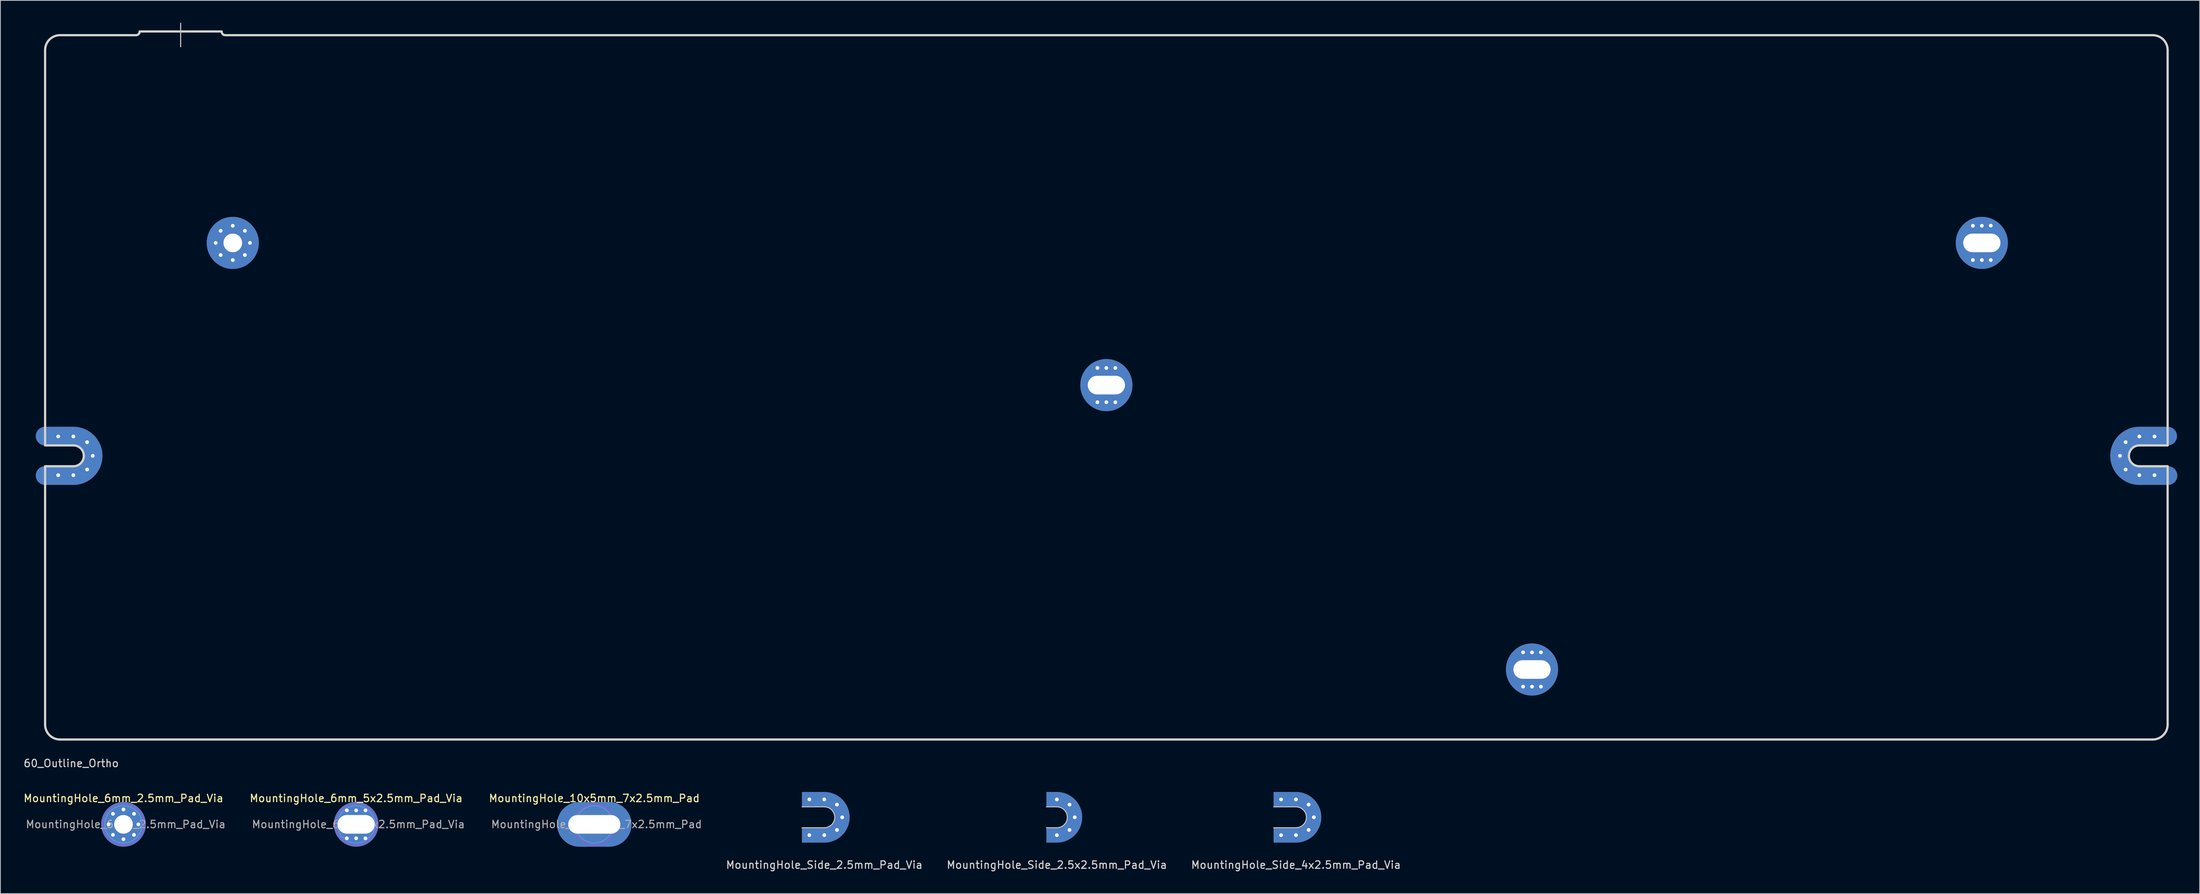
<source format=kicad_pcb>
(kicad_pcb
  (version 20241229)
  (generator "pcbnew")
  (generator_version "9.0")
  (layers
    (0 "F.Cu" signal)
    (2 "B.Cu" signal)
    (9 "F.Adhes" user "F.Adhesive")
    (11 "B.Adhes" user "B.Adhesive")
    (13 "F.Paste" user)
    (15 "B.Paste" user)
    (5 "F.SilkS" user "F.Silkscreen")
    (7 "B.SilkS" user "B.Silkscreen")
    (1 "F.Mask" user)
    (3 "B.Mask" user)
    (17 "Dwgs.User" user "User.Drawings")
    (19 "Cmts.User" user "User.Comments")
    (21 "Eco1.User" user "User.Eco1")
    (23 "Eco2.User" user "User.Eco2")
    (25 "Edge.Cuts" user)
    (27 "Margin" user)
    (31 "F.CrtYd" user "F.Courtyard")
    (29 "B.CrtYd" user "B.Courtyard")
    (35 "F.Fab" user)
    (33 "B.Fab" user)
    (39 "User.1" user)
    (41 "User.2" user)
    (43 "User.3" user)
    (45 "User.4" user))
  (footprint "MountingHole_6mm_2.5mm_Pad_Via"
    (layer "F.Cu")
    (at 13.53 107.671)
    (property "Reference" "MountingHole_6mm_2.5mm_Pad_Via" (at 0 -3.5 0) (layer "F.SilkS") (effects (font (size 1 1) (thickness 0.15))))
    (attr exclude_from_pos_files exclude_from_bom)
    (fp_circle (center 0 0) (end 2.5 0) (stroke (width 0.15) (type solid)) (fill no) (layer "Cmts.User"))
    (fp_circle (center 0 0) (end 2.75 0) (stroke (width 0.05) (type solid)) (fill no) (layer "F.CrtYd"))
    (fp_text user "${REFERENCE}" (at 0.3 0 0) (layer "F.Fab") (effects (font (size 1 1) (thickness 0.15))))
    (pad "1" thru_hole circle (at -2 0) (size 0.8 0.8) (drill 0.5) (layers "*.Cu" "*.Mask"))
    (pad "1" thru_hole circle (at -1.414 -1.414) (size 0.8 0.8) (drill 0.5) (layers "*.Cu" "*.Mask"))
    (pad "1" thru_hole circle (at -1.414 1.414) (size 0.8 0.8) (drill 0.5) (layers "*.Cu" "*.Mask"))
    (pad "1" thru_hole circle (at 0 -2) (size 0.8 0.8) (drill 0.5) (layers "*.Cu" "*.Mask"))
    (pad "1" thru_hole circle (at 0 0) (size 6 6) (drill 2.5) (layers "*.Cu" "*.Mask"))
    (pad "1" thru_hole circle (at 0 2) (size 0.8 0.8) (drill 0.5) (layers "*.Cu" "*.Mask"))
    (pad "1" thru_hole circle (at 1.414 -1.414) (size 0.8 0.8) (drill 0.5) (layers "*.Cu" "*.Mask"))
    (pad "1" thru_hole circle (at 1.414 1.414) (size 0.8 0.8) (drill 0.5) (layers "*.Cu" "*.Mask"))
    (pad "1" thru_hole circle (at 2 0) (size 0.8 0.8) (drill 0.5) (layers "*.Cu" "*.Mask")))
  (footprint "MountingHole_10x5mm_7x2.5mm_Pad"
    (layer "F.Cu")
    (at 76.749 107.671)
    (property "Reference" "MountingHole_10x5mm_7x2.5mm_Pad" (at 0 -3.5 0) (layer "F.SilkS") (effects (font (size 1 1) (thickness 0.15))))
    (attr exclude_from_pos_files exclude_from_bom)
    (fp_circle (center 0 0) (end 2.5 0) (stroke (width 0.15) (type solid)) (fill no) (layer "Cmts.User"))
    (fp_circle (center 0 0) (end 2.75 0) (stroke (width 0.05) (type solid)) (fill no) (layer "F.CrtYd"))
    (fp_text user "${REFERENCE}" (at 0.3 0 0) (layer "F.Fab") (effects (font (size 1 1) (thickness 0.15))))
    (pad "1" thru_hole oval (at 0 0) (size 10 6) (drill oval 7 2.5) (layers "*.Cu" "*.Mask")))
  (footprint "MountingHole_Side_4x2.5mm_Pad_Via"
    (layer "F.Cu")
    (at 170.965 106.723)
    (property "Reference" "MountingHole_Side_4x2.5mm_Pad_Via" (at 0 6.4 0) (layer "Edge.Cuts") (effects (font (size 1 1) (thickness 0.15))))
    (attr through_hole)
    (fp_line (start 0 -1.4) (end -3 -1.4) (stroke (width 0.12) (type solid)) (layer "Edge.Cuts"))
    (fp_line (start 0 1.4) (end -3 1.4) (stroke (width 0.12) (type solid)) (layer "Edge.Cuts"))
    (fp_arc (start 0 -1.4) (mid 1.4 0) (end 0 1.4) (stroke (width 0.12) (type solid)) (layer "Edge.Cuts"))
    (pad "1" thru_hole circle (at -2 -2.4) (size 1 1) (drill 0.5) (layers "*.Cu" "*.Mask"))
    (pad "1" thru_hole circle (at -2 2.4) (size 1 1) (drill 0.5) (layers "*.Cu" "*.Mask"))
    (pad "1" thru_hole circle (at 0 -2.4) (size 1 1) (drill 0.5) (layers "*.Cu" "*.Mask"))
    (pad "1" thru_hole circle (at 0 2.4) (size 1 1) (drill 0.5) (layers "*.Cu" "*.Mask"))
    (pad "1" thru_hole circle (at 1.7 -1.7) (size 1 1) (drill 0.5) (layers "*.Cu" "*.Mask"))
    (pad "1" thru_hole circle (at 1.7 1.7) (size 1 1) (drill 0.5) (layers "*.Cu" "*.Mask"))
    (pad "1" thru_hole custom (at 2.4 0) (size 1 1) (drill 0.5) (layers "*.Cu" "*.Mask") (options (anchor circle)) (primitives (gr_arc (start -2.4 -2.4) (mid 0 0) (end -2.4 2.4) (width 2)) (gr_poly (pts (xy -2.4 -3.4) (xy -5.4 -3.4) (xy -5.4 -1.4) (xy -2.4 -1.4)) (width 0) (fill yes)) (gr_poly (pts (xy -2.4 1.4) (xy -5.4 1.4) (xy -5.4 3.4) (xy -2.4 3.4)) (width 0) (fill yes)))))
  (footprint "MountingHole_Side_2.5x2.5mm_Pad_Via"
    (layer "F.Cu")
    (at 138.858 106.723)
    (property "Reference" "MountingHole_Side_2.5x2.5mm_Pad_Via" (at 0 6.4 0) (layer "Edge.Cuts") (effects (font (size 1 1) (thickness 0.15))))
    (attr through_hole)
    (fp_line (start 0 -1.4) (end -1.4 -1.4) (stroke (width 0.12) (type solid)) (layer "Edge.Cuts"))
    (fp_line (start 0 1.4) (end -1.4 1.4) (stroke (width 0.12) (type solid)) (layer "Edge.Cuts"))
    (fp_arc (start 0 -1.4) (mid 1.4 0) (end 0 1.4) (stroke (width 0.12) (type solid)) (layer "Edge.Cuts"))
    (pad "1" thru_hole circle (at 0 -2.4) (size 1 1) (drill 0.5) (layers "*.Cu" "*.Mask"))
    (pad "1" thru_hole circle (at 0 2.4) (size 1 1) (drill 0.5) (layers "*.Cu" "*.Mask"))
    (pad "1" thru_hole circle (at 1.7 -1.7) (size 1 1) (drill 0.5) (layers "*.Cu" "*.Mask"))
    (pad "1" thru_hole circle (at 1.7 1.7) (size 1 1) (drill 0.5) (layers "*.Cu" "*.Mask"))
    (pad "1" thru_hole custom (at 2.4 0) (size 1 1) (drill 0.5) (layers "*.Cu" "*.Mask") (options (anchor circle)) (primitives (gr_arc (start -2.4 -2.4) (mid 0 0) (end -2.4 2.4) (width 2)) (gr_poly (pts (xy -2.4 -3.4) (xy -3.8 -3.4) (xy -3.8 -1.4) (xy -2.4 -1.4)) (width 0) (fill yes)) (gr_poly (pts (xy -2.4 1.4) (xy -3.8 1.4) (xy -3.8 3.4) (xy -2.4 3.4)) (width 0) (fill yes)))))
  (footprint "MountingHole_6mm_5x2.5mm_Pad_Via"
    (layer "F.Cu")
    (at 44.77 107.671)
    (property "Reference" "MountingHole_6mm_5x2.5mm_Pad_Via" (at 0 -3.5 0) (layer "F.SilkS") (effects (font (size 1 1) (thickness 0.15))))
    (attr exclude_from_pos_files exclude_from_bom)
    (fp_circle (center 0 0) (end 2.5 0) (stroke (width 0.15) (type solid)) (fill no) (layer "Cmts.User"))
    (fp_circle (center 0 0) (end 2.75 0) (stroke (width 0.05) (type solid)) (fill no) (layer "F.CrtYd"))
    (fp_text user "${REFERENCE}" (at 0.3 0 0) (layer "F.Fab") (effects (font (size 1 1) (thickness 0.15))))
    (pad "1" thru_hole circle (at -1.25 -1.875) (size 0.8 0.8) (drill 0.5) (layers "*.Cu" "*.Mask"))
    (pad "1" thru_hole circle (at -1.25 1.875) (size 0.8 0.8) (drill 0.5) (layers "*.Cu" "*.Mask"))
    (pad "1" thru_hole circle (at 0 -1.875) (size 0.8 0.8) (drill 0.5) (layers "*.Cu" "*.Mask"))
    (pad "1" thru_hole circle (at 0 0) (size 6 6) (drill oval 5 2.5) (layers "*.Cu" "*.Mask"))
    (pad "1" thru_hole circle (at 0 1.875) (size 0.8 0.8) (drill 0.5) (layers "*.Cu" "*.Mask"))
    (pad "1" thru_hole circle (at 1.25 -1.875) (size 0.8 0.8) (drill 0.5) (layers "*.Cu" "*.Mask"))
    (pad "1" thru_hole circle (at 1.25 1.875) (size 0.8 0.8) (drill 0.5) (layers "*.Cu" "*.Mask")))
  (footprint "60_Outline_Ortho"
    (layer "F.Cu")
    (at 145.506 48.975)
    (property "Reference" "60_Outline_Ortho" (at -139 50.5 0) (layer "Edge.Cuts") (effects (font (size 1 1) (thickness 0.15))))
    (attr through_hole)
    (fp_line (start -142.5 6.549) (end -138.7 6.549) (stroke (width 2.502) (type solid)) (layer "F.Cu"))
    (fp_line (start -142.5 11.851) (end -138.7 11.851) (stroke (width 2.502) (type solid)) (layer "F.Cu"))
    (fp_line (start 138.7 6.549) (end 142.5 6.549) (stroke (width 2.502) (type solid)) (layer "F.Cu"))
    (fp_line (start 138.7 11.851) (end 142.55 11.851) (stroke (width 2.502) (type solid)) (layer "F.Cu"))
    (fp_arc (start -138.7 6.54905) (mid -136.825495 7.325495) (end -136.04905 9.2) (stroke (width 2.5019) (type solid)) (layer "F.Cu"))
    (fp_arc (start -136.04905 9.2) (mid -136.825495 11.074505) (end -138.7 11.85095) (stroke (width 2.5019) (type solid)) (layer "F.Cu"))
    (fp_arc (start 136.04905 9.2) (mid 136.825495 7.325495) (end 138.7 6.54905) (stroke (width 2.5019) (type solid)) (layer "F.Cu"))
    (fp_arc (start 138.7 11.85095) (mid 136.825495 11.074505) (end 136.04905 9.2) (stroke (width 2.5019) (type solid)) (layer "F.Cu"))
    (fp_line (start -142.5 6.549) (end -138.7 6.549) (stroke (width 2.502) (type solid)) (layer "F.Mask"))
    (fp_line (start -142.5 11.851) (end -138.7 11.851) (stroke (width 2.502) (type solid)) (layer "F.Mask"))
    (fp_line (start 138.7 6.549) (end 142.5 6.549) (stroke (width 2.502) (type solid)) (layer "F.Mask"))
    (fp_line (start 138.7 11.851) (end 142.55 11.851) (stroke (width 2.502) (type solid)) (layer "F.Mask"))
    (fp_arc (start -138.7 6.54905) (mid -136.825495 7.325495) (end -136.04905 9.2) (stroke (width 2.5019) (type solid)) (layer "F.Mask"))
    (fp_arc (start -136.04905 9.2) (mid -136.825495 11.074505) (end -138.7 11.85095) (stroke (width 2.5019) (type solid)) (layer "F.Mask"))
    (fp_arc (start 136.04905 9.2) (mid 136.825495 7.325495) (end 138.7 6.54905) (stroke (width 2.5019) (type solid)) (layer "F.Mask"))
    (fp_arc (start 138.7 11.85095) (mid 136.825495 11.074505) (end 136.04905 9.2) (stroke (width 2.5019) (type solid)) (layer "F.Mask"))
    (fp_line (start -142.5 6.549) (end -138.7 6.549) (stroke (width 2.502) (type solid)) (layer "B.Cu"))
    (fp_line (start -142.5 11.851) (end -138.7 11.851) (stroke (width 2.502) (type solid)) (layer "B.Cu"))
    (fp_line (start 138.7 6.549) (end 142.5 6.549) (stroke (width 2.502) (type solid)) (layer "B.Cu"))
    (fp_line (start 138.7 11.851) (end 142.55 11.851) (stroke (width 2.502) (type solid)) (layer "B.Cu"))
    (fp_arc (start -138.7 6.54905) (mid -136.825495 7.325495) (end -136.04905 9.2) (stroke (width 2.5019) (type solid)) (layer "B.Cu"))
    (fp_arc (start -136.04905 9.2) (mid -136.825495 11.074505) (end -138.7 11.85095) (stroke (width 2.5019) (type solid)) (layer "B.Cu"))
    (fp_arc (start 136.04905 9.2) (mid 136.825495 7.325495) (end 138.7 6.54905) (stroke (width 2.5019) (type solid)) (layer "B.Cu"))
    (fp_arc (start 138.7 11.85095) (mid 136.825495 11.074505) (end 136.04905 9.2) (stroke (width 2.5019) (type solid)) (layer "B.Cu"))
    (fp_line (start -142.5 6.549) (end -138.7 6.549) (stroke (width 2.502) (type solid)) (layer "B.Mask"))
    (fp_line (start -142.5 11.851) (end -138.7 11.851) (stroke (width 2.502) (type solid)) (layer "B.Mask"))
    (fp_line (start 138.7 6.549) (end 142.5 6.549) (stroke (width 2.502) (type solid)) (layer "B.Mask"))
    (fp_line (start 138.7 11.851) (end 142.55 11.851) (stroke (width 2.502) (type solid)) (layer "B.Mask"))
    (fp_arc (start -138.7 6.54905) (mid -136.825495 7.325495) (end -136.04905 9.2) (stroke (width 2.5019) (type solid)) (layer "B.Mask"))
    (fp_arc (start -136.04905 9.2) (mid -136.825495 11.074505) (end -138.7 11.85095) (stroke (width 2.5019) (type solid)) (layer "B.Mask"))
    (fp_arc (start 136.04905 9.2) (mid 136.825495 7.325495) (end 138.7 6.54905) (stroke (width 2.5019) (type solid)) (layer "B.Mask"))
    (fp_arc (start 138.7 11.85095) (mid 136.825495 11.074505) (end 136.04905 9.2) (stroke (width 2.5019) (type solid)) (layer "B.Mask"))
    (fp_line (start -124.3 -48.9) (end -124.3 -45.75) (stroke (width 0.15) (type solid)) (layer "Dwgs.User"))
    (fp_line (start -142.5 7.8) (end -142.5 -45.3) (stroke (width 0.3) (type solid)) (layer "Edge.Cuts"))
    (fp_line (start -142.5 10.6) (end -138.7 10.6) (stroke (width 0.3) (type solid)) (layer "Edge.Cuts"))
    (fp_line (start -142.5 45.3) (end -142.5 10.6) (stroke (width 0.3) (type solid)) (layer "Edge.Cuts"))
    (fp_line (start -140.5 -47.3) (end -130.3 -47.3) (stroke (width 0.3) (type solid)) (layer "Edge.Cuts"))
    (fp_line (start -140.5 47.3) (end 140.5 47.3) (stroke (width 0.3) (type solid)) (layer "Edge.Cuts"))
    (fp_line (start -138.7 7.8) (end -142.5 7.8) (stroke (width 0.3) (type solid)) (layer "Edge.Cuts"))
    (fp_line (start -129.8 -47.8) (end -118.8 -47.8) (stroke (width 0.3) (type solid)) (layer "Edge.Cuts"))
    (fp_line (start 138.7 7.8) (end 142.5 7.8) (stroke (width 0.3) (type solid)) (layer "Edge.Cuts"))
    (fp_line (start 138.7 10.6) (end 142.5 10.6) (stroke (width 0.3) (type solid)) (layer "Edge.Cuts"))
    (fp_line (start 140.5 -47.3) (end -118.3 -47.3) (stroke (width 0.3) (type solid)) (layer "Edge.Cuts"))
    (fp_line (start 142.5 7.8) (end 142.5 -45.3) (stroke (width 0.3) (type solid)) (layer "Edge.Cuts"))
    (fp_line (start 142.5 10.6) (end 142.5 45.3) (stroke (width 0.3) (type solid)) (layer "Edge.Cuts"))
    (fp_arc (start -142.5 -45.3) (mid -141.914214 -46.714214) (end -140.5 -47.3) (stroke (width 0.3) (type solid)) (layer "Edge.Cuts"))
    (fp_arc (start -140.5 47.3) (mid -141.914214 46.714214) (end -142.5 45.3) (stroke (width 0.3) (type solid)) (layer "Edge.Cuts"))
    (fp_arc (start -138.7 7.8) (mid -137.710051 8.210051) (end -137.3 9.2) (stroke (width 0.3) (type solid)) (layer "Edge.Cuts"))
    (fp_arc (start -137.3 9.2) (mid -137.710051 10.189949) (end -138.7 10.6) (stroke (width 0.3) (type solid)) (layer "Edge.Cuts"))
    (fp_arc (start -129.8 -47.8) (mid -129.946447 -47.446447) (end -130.3 -47.3) (stroke (width 0.3) (type solid)) (layer "Edge.Cuts"))
    (fp_arc (start -118.3 -47.3) (mid -118.653553 -47.446447) (end -118.8 -47.8) (stroke (width 0.3) (type solid)) (layer "Edge.Cuts"))
    (fp_arc (start 137.3 9.2) (mid 137.710051 8.210051) (end 138.7 7.8) (stroke (width 0.3) (type solid)) (layer "Edge.Cuts"))
    (fp_arc (start 138.7 10.6) (mid 137.710051 10.189949) (end 137.3 9.2) (stroke (width 0.3) (type solid)) (layer "Edge.Cuts"))
    (fp_arc (start 140.5 -47.3) (mid 141.914214 -46.714214) (end 142.5 -45.3) (stroke (width 0.3) (type solid)) (layer "Edge.Cuts"))
    (fp_arc (start 142.5 45.3) (mid 141.914214 46.714214) (end 140.5 47.3) (stroke (width 0.3) (type solid)) (layer "Edge.Cuts"))
    (pad "0" thru_hole circle (at -140.742 6.6) (size 1 1) (drill 0.5) (layers "*.Cu" "*.Mask"))
    (pad "0" thru_hole circle (at -140.742 11.8) (size 1 1) (drill 0.5) (layers "*.Cu" "*.Mask"))
    (pad "0" thru_hole circle (at -138.7 6.6) (size 1 1) (drill 0.5) (layers "*.Cu" "*.Mask"))
    (pad "0" thru_hole circle (at -138.7 11.8) (size 1 1) (drill 0.5) (layers "*.Cu" "*.Mask"))
    (pad "0" thru_hole circle (at -136.862 7.362) (size 1 1) (drill 0.5) (layers "*.Cu" "*.Mask"))
    (pad "0" thru_hole circle (at -136.862 11.038) (size 1 1) (drill 0.5) (layers "*.Cu" "*.Mask"))
    (pad "0" thru_hole circle (at -136.1 9.2) (size 1 1) (drill 0.5) (layers "*.Cu" "*.Mask"))
    (pad "0" thru_hole circle (at -1.2 -2.6) (size 1 1) (drill 0.5) (layers "*.Cu" "*.Mask"))
    (pad "0" thru_hole circle (at -1.2 2) (size 1 1) (drill 0.5) (layers "*.Cu" "*.Mask"))
    (pad "0" thru_hole circle (at 0 -2.6) (size 1 1) (drill 0.5) (layers "*.Cu" "*.Mask"))
    (pad "0" thru_hole circle (at 0 -0.3) (size 7 7) (drill oval 5 2.5) (layers "*.Cu" "*.Mask"))
    (pad "0" thru_hole circle (at 0 2) (size 1 1) (drill 0.5) (layers "*.Cu" "*.Mask"))
    (pad "0" thru_hole circle (at 1.2 -2.6) (size 1 1) (drill 0.5) (layers "*.Cu" "*.Mask"))
    (pad "0" thru_hole circle (at 1.2 2) (size 1 1) (drill 0.5) (layers "*.Cu" "*.Mask"))
    (pad "0" thru_hole circle (at 55.95 35.6) (size 1 1) (drill 0.5) (layers "*.Cu" "*.Mask"))
    (pad "0" thru_hole circle (at 55.95 40.2) (size 1 1) (drill 0.5) (layers "*.Cu" "*.Mask"))
    (pad "0" thru_hole circle (at 57.15 35.6) (size 1 1) (drill 0.5) (layers "*.Cu" "*.Mask"))
    (pad "0" thru_hole circle (at 57.15 37.9) (size 7 7) (drill oval 5 2.5) (layers "*.Cu" "*.Mask"))
    (pad "0" thru_hole circle (at 57.15 40.2) (size 1 1) (drill 0.5) (layers "*.Cu" "*.Mask"))
    (pad "0" thru_hole circle (at 58.35 35.6) (size 1 1) (drill 0.5) (layers "*.Cu" "*.Mask"))
    (pad "0" thru_hole circle (at 58.35 40.2) (size 1 1) (drill 0.5) (layers "*.Cu" "*.Mask"))
    (pad "0" thru_hole circle (at 116.35 -21.7) (size 1 1) (drill 0.5) (layers "*.Cu" "*.Mask"))
    (pad "0" thru_hole circle (at 116.35 -17.1) (size 1 1) (drill 0.5) (layers "*.Cu" "*.Mask"))
    (pad "0" thru_hole circle (at 117.55 -21.7) (size 1 1) (drill 0.5) (layers "*.Cu" "*.Mask"))
    (pad "0" thru_hole circle (at 117.55 -19.4) (size 7 7) (drill oval 5 2.5) (layers "*.Cu" "*.Mask"))
    (pad "0" thru_hole circle (at 117.55 -17.1) (size 1 1) (drill 0.5) (layers "*.Cu" "*.Mask"))
    (pad "0" thru_hole circle (at 118.75 -21.717) (size 1 1) (drill 0.5) (layers "*.Cu" "*.Mask"))
    (pad "0" thru_hole circle (at 118.75 -17.1) (size 1 1) (drill 0.5) (layers "*.Cu" "*.Mask"))
    (pad "0" thru_hole circle (at 136.1 9.2) (size 1 1) (drill 0.5) (layers "*.Cu" "*.Mask"))
    (pad "0" thru_hole circle (at 136.862 7.362) (size 1 1) (drill 0.5) (layers "*.Cu" "*.Mask"))
    (pad "0" thru_hole circle (at 136.862 11.038) (size 1 1) (drill 0.5) (layers "*.Cu" "*.Mask"))
    (pad "0" thru_hole circle (at 138.7 6.6) (size 1 1) (drill 0.5) (layers "*.Cu" "*.Mask"))
    (pad "0" thru_hole circle (at 138.7 11.8) (size 1 1) (drill 0.5) (layers "*.Cu" "*.Mask"))
    (pad "0" thru_hole circle (at 140.742 6.6) (size 1 1) (drill 0.5) (layers "*.Cu" "*.Mask"))
    (pad "0" thru_hole circle (at 140.742 11.8) (size 1 1) (drill 0.5) (layers "*.Cu" "*.Mask"))
    (pad "1" thru_hole circle (at -119.6 -19.4) (size 1 1) (drill 0.5) (layers "*.Cu" "*.Mask"))
    (pad "1" thru_hole circle (at -118.926 -21.026) (size 1 1) (drill 0.5) (layers "*.Cu" "*.Mask"))
    (pad "1" thru_hole circle (at -118.926 -17.774) (size 1 1) (drill 0.5) (layers "*.Cu" "*.Mask"))
    (pad "1" thru_hole circle (at -117.3 -21.7) (size 1 1) (drill 0.5) (layers "*.Cu" "*.Mask"))
    (pad "1" thru_hole circle (at -117.3 -19.4) (size 7 7) (drill 2.5) (layers "*.Cu" "*.Mask"))
    (pad "1" thru_hole circle (at -117.3 -17.1) (size 1 1) (drill 0.5) (layers "*.Cu" "*.Mask"))
    (pad "1" thru_hole circle (at -115.674 -21.026) (size 1 1) (drill 0.5) (layers "*.Cu" "*.Mask"))
    (pad "1" thru_hole circle (at -115.674 -17.774) (size 1 1) (drill 0.5) (layers "*.Cu" "*.Mask"))
    (pad "1" thru_hole circle (at -115 -19.4) (size 1 1) (drill 0.5) (layers "*.Cu" "*.Mask")))
  (footprint "MountingHole_Side_2.5mm_Pad_Via"
    (layer "F.Cu")
    (at 107.632 106.723)
    (property "Reference" "MountingHole_Side_2.5mm_Pad_Via" (at 0 6.4 0) (layer "Edge.Cuts") (effects (font (size 1 1) (thickness 0.15))))
    (attr through_hole)
    (fp_line (start 0 -1.4) (end -3 -1.4) (stroke (width 0.12) (type solid)) (layer "Edge.Cuts"))
    (fp_line (start 0 1.4) (end -3 1.4) (stroke (width 0.12) (type solid)) (layer "Edge.Cuts"))
    (fp_arc (start 0 -1.4) (mid 1.4 0) (end 0 1.4) (stroke (width 0.12) (type solid)) (layer "Edge.Cuts"))
    (pad "1" thru_hole circle (at -2 -2.4) (size 1 1) (drill 0.5) (layers "*.Cu" "*.Mask"))
    (pad "1" thru_hole circle (at -2 2.4) (size 1 1) (drill 0.5) (layers "*.Cu" "*.Mask"))
    (pad "1" thru_hole circle (at 0 -2.4) (size 1 1) (drill 0.5) (layers "*.Cu" "*.Mask"))
    (pad "1" thru_hole circle (at 0 2.4) (size 1 1) (drill 0.5) (layers "*.Cu" "*.Mask"))
    (pad "1" thru_hole circle (at 1.7 -1.7) (size 1 1) (drill 0.5) (layers "*.Cu" "*.Mask"))
    (pad "1" thru_hole circle (at 1.7 1.7) (size 1 1) (drill 0.5) (layers "*.Cu" "*.Mask"))
    (pad "1" thru_hole custom (at 2.4 0) (size 1 1) (drill 0.5) (layers "*.Cu" "*.Mask") (options (anchor circle)) (primitives (gr_arc (start -2.4 -2.4) (mid 0 0) (end -2.4 2.4) (width 2)) (gr_poly (pts (xy -2.4 -3.4) (xy -5.4 -3.4) (xy -5.4 -1.4) (xy -2.4 -1.4)) (width 0) (fill yes)) (gr_poly (pts (xy -2.4 1.4) (xy -5.4 1.4) (xy -5.4 3.4) (xy -2.4 3.4)) (width 0) (fill yes)))))
  (gr_rect
    (start -3 -3)
    (end 292.307 116.972)
    (stroke (width 0.1) (type default))
    (fill no)
    (layer "Edge.Cuts")))
</source>
